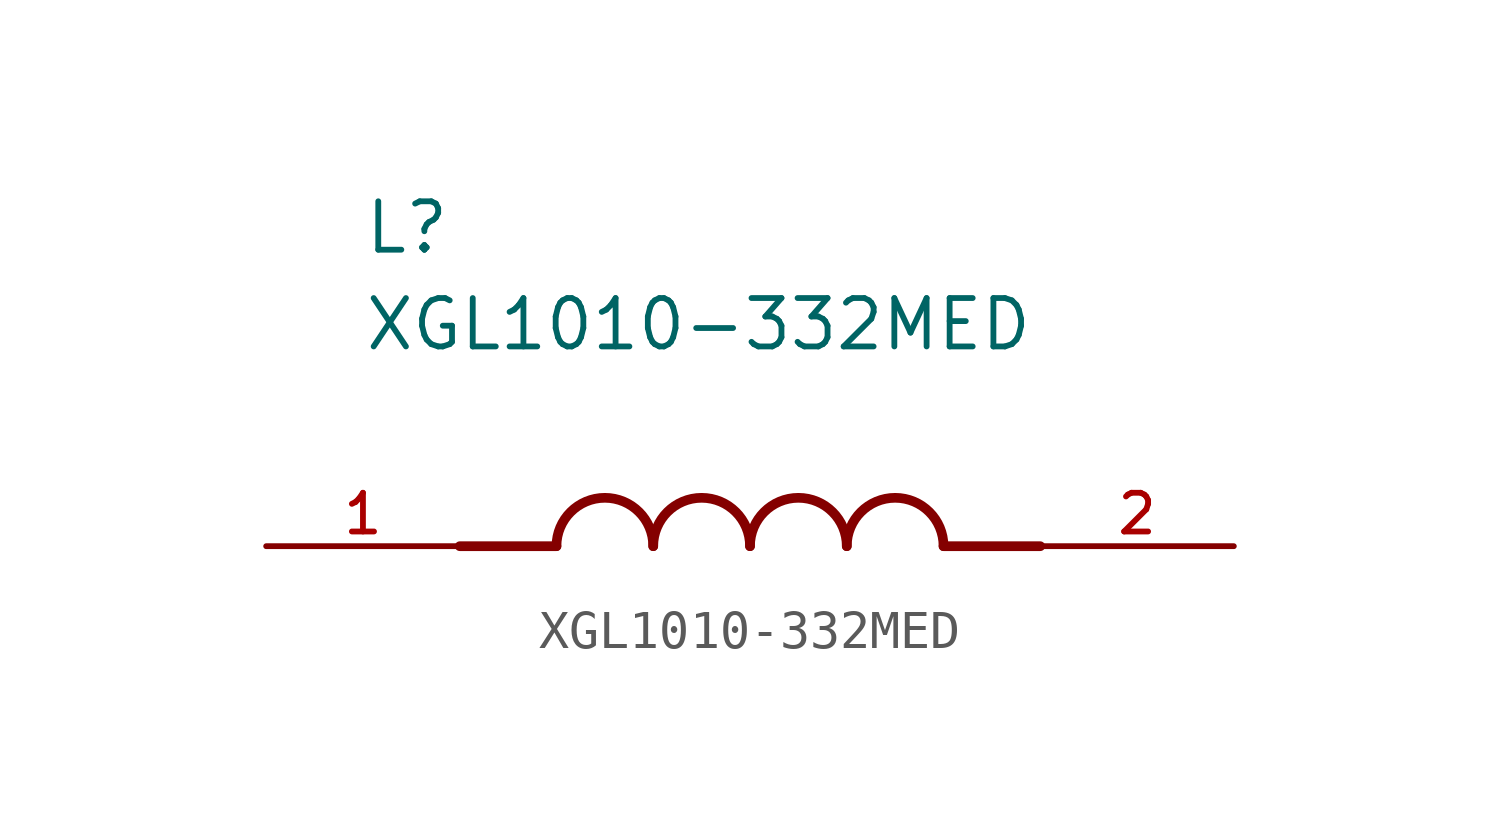
<source format=kicad_sym>
(kicad_symbol_lib
  (version 20211014)
  (generator kicad_symbol_editor)
  (symbol "XGL1010-332MED"
    (pin_names
      (offset 1.016))
    (property "Reference" "L"
      (at -10.16 7.62 0)
      (effects (font (size 1.27 1.27)) (justify bottom left)))
    (property "Value" "XGL1010-332MED"
      (at -10.16 5.08 0)
      (effects (font (size 1.27 1.27)) (justify bottom left)))
    (symbol "XGL1010-332MED_0_0"
      (polyline (pts (xy -5.08 0.0) (xy -7.62 0.0)) (stroke (width 0.254)))
      (polyline (pts (xy 5.08 0.0) (xy 7.62 0.0)) (stroke (width 0.254)))
      (arc (start -2.54 0.0) (mid -3.81 1.27) (end -5.08 0.0) (stroke (width 0.254) (type default) (color 0 0 0 0)) (fill (type none)))
      (arc (start 0.0 0.0) (mid -1.27 1.27) (end -2.54 0.0) (stroke (width 0.254) (type default) (color 0 0 0 0)) (fill (type none)))
      (arc (start 2.54 0.0) (mid 1.27 1.27) (end 0.0 0.0) (stroke (width 0.254) (type default) (color 0 0 0 0)) (fill (type none)))
      (arc (start 5.08 0.0) (mid 3.81 1.27) (end 2.54 0.0) (stroke (width 0.254) (type default) (color 0 0 0 0)) (fill (type none)))
      (pin passive line (at -12.7 0.0 0) (length 5.08) (name "~" (effects (font (size 1.016 1.016)))) (number "1" (effects (font (size 1.016 1.016)))))
      (pin passive line (at 12.7 0.0 180.0) (length 5.08) (name "~" (effects (font (size 1.016 1.016)))) (number "2" (effects (font (size 1.016 1.016))))))))
</source>
